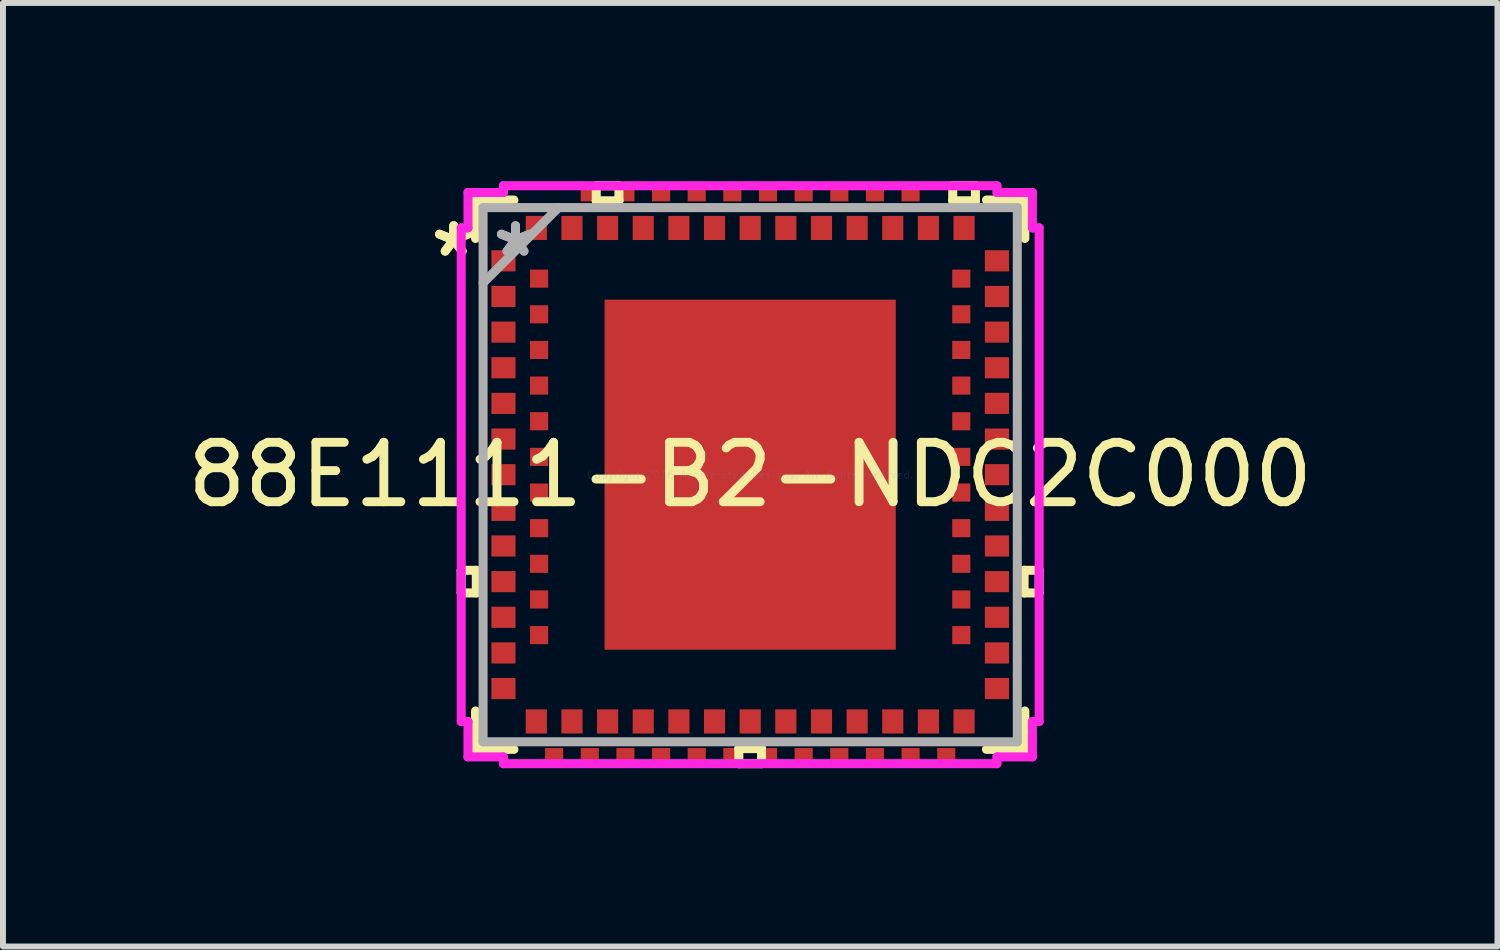
<source format=kicad_pcb>
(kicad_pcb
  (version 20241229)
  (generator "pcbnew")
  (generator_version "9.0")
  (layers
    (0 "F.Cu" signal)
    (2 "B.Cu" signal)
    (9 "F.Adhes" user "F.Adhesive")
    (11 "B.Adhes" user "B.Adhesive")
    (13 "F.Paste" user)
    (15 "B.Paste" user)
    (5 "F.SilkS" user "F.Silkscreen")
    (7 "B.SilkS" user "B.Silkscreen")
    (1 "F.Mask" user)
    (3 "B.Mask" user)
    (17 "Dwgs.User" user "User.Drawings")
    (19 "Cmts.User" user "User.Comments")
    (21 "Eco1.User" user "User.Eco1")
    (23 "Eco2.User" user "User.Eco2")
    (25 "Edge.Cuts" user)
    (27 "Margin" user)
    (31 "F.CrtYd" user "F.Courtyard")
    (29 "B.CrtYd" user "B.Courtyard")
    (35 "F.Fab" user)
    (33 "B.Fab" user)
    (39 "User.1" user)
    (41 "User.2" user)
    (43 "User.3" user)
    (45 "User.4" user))
  (footprint "88E1111-B2-NDC2C000"
    (layer "F.Cu")
    (at 9.577 4.94)
    (property "Reference" "88E1111-B2-NDC2C000" (at 0 0 0) (layer "F.SilkS") (effects (font (size 1 1) (thickness 0.15))))
    (attr through_hole)
    (fp_line (start -4.864 1.609) (end -4.864 1.99) (stroke (width 0.152) (type solid)) (layer "F.SilkS"))
    (fp_line (start -4.864 1.99) (end -4.61 1.99) (stroke (width 0.152) (type solid)) (layer "F.SilkS"))
    (fp_line (start -4.623 -4.623) (end -4.623 -3.977) (stroke (width 0.152) (type solid)) (layer "F.SilkS"))
    (fp_line (start -4.623 3.977) (end -4.623 4.623) (stroke (width 0.152) (type solid)) (layer "F.SilkS"))
    (fp_line (start -4.623 4.623) (end -3.977 4.623) (stroke (width 0.152) (type solid)) (layer "F.SilkS"))
    (fp_line (start -4.61 1.609) (end -4.864 1.609) (stroke (width 0.152) (type solid)) (layer "F.SilkS"))
    (fp_line (start -4.61 1.99) (end -4.61 1.609) (stroke (width 0.152) (type solid)) (layer "F.SilkS"))
    (fp_line (start -3.977 -4.623) (end -4.623 -4.623) (stroke (width 0.152) (type solid)) (layer "F.SilkS"))
    (fp_line (start -2.591 -4.864) (end -2.209 -4.864) (stroke (width 0.152) (type solid)) (layer "F.SilkS"))
    (fp_line (start -2.591 -4.61) (end -2.591 -4.864) (stroke (width 0.152) (type solid)) (layer "F.SilkS"))
    (fp_line (start -2.209 -4.864) (end -2.209 -4.61) (stroke (width 0.152) (type solid)) (layer "F.SilkS"))
    (fp_line (start -2.209 -4.61) (end -2.591 -4.61) (stroke (width 0.152) (type solid)) (layer "F.SilkS"))
    (fp_line (start -0.191 4.61) (end -0.191 4.864) (stroke (width 0.152) (type solid)) (layer "F.SilkS"))
    (fp_line (start -0.191 4.864) (end 0.191 4.864) (stroke (width 0.152) (type solid)) (layer "F.SilkS"))
    (fp_line (start 0.191 4.61) (end -0.191 4.61) (stroke (width 0.152) (type solid)) (layer "F.SilkS"))
    (fp_line (start 0.191 4.864) (end 0.191 4.61) (stroke (width 0.152) (type solid)) (layer "F.SilkS"))
    (fp_line (start 3.409 -4.864) (end 3.791 -4.864) (stroke (width 0.152) (type solid)) (layer "F.SilkS"))
    (fp_line (start 3.409 -4.61) (end 3.409 -4.864) (stroke (width 0.152) (type solid)) (layer "F.SilkS"))
    (fp_line (start 3.791 -4.864) (end 3.791 -4.61) (stroke (width 0.152) (type solid)) (layer "F.SilkS"))
    (fp_line (start 3.791 -4.61) (end 3.409 -4.61) (stroke (width 0.152) (type solid)) (layer "F.SilkS"))
    (fp_line (start 3.977 4.623) (end 4.623 4.623) (stroke (width 0.152) (type solid)) (layer "F.SilkS"))
    (fp_line (start 4.61 1.609) (end 4.864 1.609) (stroke (width 0.152) (type solid)) (layer "F.SilkS"))
    (fp_line (start 4.61 1.99) (end 4.61 1.609) (stroke (width 0.152) (type solid)) (layer "F.SilkS"))
    (fp_line (start 4.623 -4.623) (end 3.977 -4.623) (stroke (width 0.152) (type solid)) (layer "F.SilkS"))
    (fp_line (start 4.623 -3.977) (end 4.623 -4.623) (stroke (width 0.152) (type solid)) (layer "F.SilkS"))
    (fp_line (start 4.623 4.623) (end 4.623 3.977) (stroke (width 0.152) (type solid)) (layer "F.SilkS"))
    (fp_line (start 4.864 1.609) (end 4.864 1.99) (stroke (width 0.152) (type solid)) (layer "F.SilkS"))
    (fp_line (start 4.864 1.99) (end 4.61 1.99) (stroke (width 0.152) (type solid)) (layer "F.SilkS"))
    (fp_line (start -2.351 -2.846) (end -2.351 -1.573) (stroke (width 0.152) (type solid)) (layer "F.Paste"))
    (fp_line (start -2.351 -1.573) (end -0.917 -1.573) (stroke (width 0.152) (type solid)) (layer "F.Paste"))
    (fp_line (start -2.351 -1.373) (end -2.351 -0.1) (stroke (width 0.152) (type solid)) (layer "F.Paste"))
    (fp_line (start -2.351 -0.1) (end -0.917 -0.1) (stroke (width 0.152) (type solid)) (layer "F.Paste"))
    (fp_line (start -2.351 0.1) (end -2.351 1.373) (stroke (width 0.152) (type solid)) (layer "F.Paste"))
    (fp_line (start -2.351 1.373) (end -0.917 1.373) (stroke (width 0.152) (type solid)) (layer "F.Paste"))
    (fp_line (start -2.351 1.573) (end -2.351 2.846) (stroke (width 0.152) (type solid)) (layer "F.Paste"))
    (fp_line (start -2.351 2.846) (end -0.917 2.846) (stroke (width 0.152) (type solid)) (layer "F.Paste"))
    (fp_line (start -0.917 -2.846) (end -2.351 -2.846) (stroke (width 0.152) (type solid)) (layer "F.Paste"))
    (fp_line (start -0.917 -1.573) (end -0.917 -2.846) (stroke (width 0.152) (type solid)) (layer "F.Paste"))
    (fp_line (start -0.917 -1.373) (end -2.351 -1.373) (stroke (width 0.152) (type solid)) (layer "F.Paste"))
    (fp_line (start -0.917 -0.1) (end -0.917 -1.373) (stroke (width 0.152) (type solid)) (layer "F.Paste"))
    (fp_line (start -0.917 0.1) (end -2.351 0.1) (stroke (width 0.152) (type solid)) (layer "F.Paste"))
    (fp_line (start -0.917 1.373) (end -0.917 0.1) (stroke (width 0.152) (type solid)) (layer "F.Paste"))
    (fp_line (start -0.917 1.573) (end -2.351 1.573) (stroke (width 0.152) (type solid)) (layer "F.Paste"))
    (fp_line (start -0.917 2.846) (end -0.917 1.573) (stroke (width 0.152) (type solid)) (layer "F.Paste"))
    (fp_line (start -0.717 -2.846) (end -0.717 -1.573) (stroke (width 0.152) (type solid)) (layer "F.Paste"))
    (fp_line (start -0.717 -1.573) (end 0.717 -1.573) (stroke (width 0.152) (type solid)) (layer "F.Paste"))
    (fp_line (start -0.717 -1.373) (end -0.717 -0.1) (stroke (width 0.152) (type solid)) (layer "F.Paste"))
    (fp_line (start -0.717 -0.1) (end 0.717 -0.1) (stroke (width 0.152) (type solid)) (layer "F.Paste"))
    (fp_line (start -0.717 0.1) (end -0.717 1.373) (stroke (width 0.152) (type solid)) (layer "F.Paste"))
    (fp_line (start -0.717 1.373) (end 0.717 1.373) (stroke (width 0.152) (type solid)) (layer "F.Paste"))
    (fp_line (start -0.717 1.573) (end -0.717 2.846) (stroke (width 0.152) (type solid)) (layer "F.Paste"))
    (fp_line (start -0.717 2.846) (end 0.717 2.846) (stroke (width 0.152) (type solid)) (layer "F.Paste"))
    (fp_line (start 0.717 -2.846) (end -0.717 -2.846) (stroke (width 0.152) (type solid)) (layer "F.Paste"))
    (fp_line (start 0.717 -1.573) (end 0.717 -2.846) (stroke (width 0.152) (type solid)) (layer "F.Paste"))
    (fp_line (start 0.717 -1.373) (end -0.717 -1.373) (stroke (width 0.152) (type solid)) (layer "F.Paste"))
    (fp_line (start 0.717 -0.1) (end 0.717 -1.373) (stroke (width 0.152) (type solid)) (layer "F.Paste"))
    (fp_line (start 0.717 0.1) (end -0.717 0.1) (stroke (width 0.152) (type solid)) (layer "F.Paste"))
    (fp_line (start 0.717 1.373) (end 0.717 0.1) (stroke (width 0.152) (type solid)) (layer "F.Paste"))
    (fp_line (start 0.717 1.573) (end -0.717 1.573) (stroke (width 0.152) (type solid)) (layer "F.Paste"))
    (fp_line (start 0.717 2.846) (end 0.717 1.573) (stroke (width 0.152) (type solid)) (layer "F.Paste"))
    (fp_line (start 0.917 -2.846) (end 0.917 -1.573) (stroke (width 0.152) (type solid)) (layer "F.Paste"))
    (fp_line (start 0.917 -1.573) (end 2.351 -1.573) (stroke (width 0.152) (type solid)) (layer "F.Paste"))
    (fp_line (start 0.917 -1.373) (end 0.917 -0.1) (stroke (width 0.152) (type solid)) (layer "F.Paste"))
    (fp_line (start 0.917 -0.1) (end 2.351 -0.1) (stroke (width 0.152) (type solid)) (layer "F.Paste"))
    (fp_line (start 0.917 0.1) (end 0.917 1.373) (stroke (width 0.152) (type solid)) (layer "F.Paste"))
    (fp_line (start 0.917 1.373) (end 2.351 1.373) (stroke (width 0.152) (type solid)) (layer "F.Paste"))
    (fp_line (start 0.917 1.573) (end 0.917 2.846) (stroke (width 0.152) (type solid)) (layer "F.Paste"))
    (fp_line (start 0.917 2.846) (end 2.351 2.846) (stroke (width 0.152) (type solid)) (layer "F.Paste"))
    (fp_line (start 2.351 -2.846) (end 0.917 -2.846) (stroke (width 0.152) (type solid)) (layer "F.Paste"))
    (fp_line (start 2.351 -1.573) (end 2.351 -2.846) (stroke (width 0.152) (type solid)) (layer "F.Paste"))
    (fp_line (start 2.351 -1.373) (end 0.917 -1.373) (stroke (width 0.152) (type solid)) (layer "F.Paste"))
    (fp_line (start 2.351 -0.1) (end 2.351 -1.373) (stroke (width 0.152) (type solid)) (layer "F.Paste"))
    (fp_line (start 2.351 0.1) (end 0.917 0.1) (stroke (width 0.152) (type solid)) (layer "F.Paste"))
    (fp_line (start 2.351 1.373) (end 2.351 0.1) (stroke (width 0.152) (type solid)) (layer "F.Paste"))
    (fp_line (start 2.351 1.573) (end 0.917 1.573) (stroke (width 0.152) (type solid)) (layer "F.Paste"))
    (fp_line (start 2.351 2.846) (end 2.351 1.573) (stroke (width 0.152) (type solid)) (layer "F.Paste"))
    (fp_line (start -4.864 -4.154) (end -4.75 -4.154) (stroke (width 0.152) (type solid)) (layer "F.CrtYd"))
    (fp_line (start -4.864 4.154) (end -4.864 -4.154) (stroke (width 0.152) (type solid)) (layer "F.CrtYd"))
    (fp_line (start -4.75 -4.75) (end -4.154 -4.75) (stroke (width 0.152) (type solid)) (layer "F.CrtYd"))
    (fp_line (start -4.75 -4.154) (end -4.75 -4.75) (stroke (width 0.152) (type solid)) (layer "F.CrtYd"))
    (fp_line (start -4.75 4.154) (end -4.864 4.154) (stroke (width 0.152) (type solid)) (layer "F.CrtYd"))
    (fp_line (start -4.75 4.75) (end -4.75 4.154) (stroke (width 0.152) (type solid)) (layer "F.CrtYd"))
    (fp_line (start -4.154 -4.864) (end 4.154 -4.864) (stroke (width 0.152) (type solid)) (layer "F.CrtYd"))
    (fp_line (start -4.154 -4.75) (end -4.154 -4.864) (stroke (width 0.152) (type solid)) (layer "F.CrtYd"))
    (fp_line (start -4.154 4.75) (end -4.75 4.75) (stroke (width 0.152) (type solid)) (layer "F.CrtYd"))
    (fp_line (start -4.154 4.864) (end -4.154 4.75) (stroke (width 0.152) (type solid)) (layer "F.CrtYd"))
    (fp_line (start 4.154 -4.864) (end 4.154 -4.75) (stroke (width 0.152) (type solid)) (layer "F.CrtYd"))
    (fp_line (start 4.154 -4.75) (end 4.75 -4.75) (stroke (width 0.152) (type solid)) (layer "F.CrtYd"))
    (fp_line (start 4.154 4.75) (end 4.154 4.864) (stroke (width 0.152) (type solid)) (layer "F.CrtYd"))
    (fp_line (start 4.154 4.864) (end -4.154 4.864) (stroke (width 0.152) (type solid)) (layer "F.CrtYd"))
    (fp_line (start 4.75 -4.75) (end 4.75 -4.154) (stroke (width 0.152) (type solid)) (layer "F.CrtYd"))
    (fp_line (start 4.75 -4.154) (end 4.864 -4.154) (stroke (width 0.152) (type solid)) (layer "F.CrtYd"))
    (fp_line (start 4.75 4.154) (end 4.75 4.75) (stroke (width 0.152) (type solid)) (layer "F.CrtYd"))
    (fp_line (start 4.75 4.75) (end 4.154 4.75) (stroke (width 0.152) (type solid)) (layer "F.CrtYd"))
    (fp_line (start 4.864 -4.154) (end 4.864 4.154) (stroke (width 0.152) (type solid)) (layer "F.CrtYd"))
    (fp_line (start 4.864 4.154) (end 4.75 4.154) (stroke (width 0.152) (type solid)) (layer "F.CrtYd"))
    (fp_line (start -4.496 -4.496) (end -4.496 4.496) (stroke (width 0.152) (type solid)) (layer "F.Fab"))
    (fp_line (start -4.496 -3.226) (end -3.226 -4.496) (stroke (width 0.152) (type solid)) (layer "F.Fab"))
    (fp_line (start -4.496 4.496) (end 4.496 4.496) (stroke (width 0.152) (type solid)) (layer "F.Fab"))
    (fp_line (start 4.496 -4.496) (end -4.496 -4.496) (stroke (width 0.152) (type solid)) (layer "F.Fab"))
    (fp_line (start 4.496 4.496) (end 4.496 -4.496) (stroke (width 0.152) (type solid)) (layer "F.Fab"))
    (fp_text user "*" (at -4.991 -3.646 0) (layer "F.SilkS") (effects (font (size 1 1) (thickness 0.15))))
    (fp_text user "*" (at -4.991 -3.646 0) (layer "F.SilkS") (effects (font (size 1 1) (thickness 0.15))))
    (fp_text user "Copyright 2016 Accelerated Designs. All rights reserved." (at 0 0 0) (layer "Cmts.User") (effects (font (size 0.127 0.127) (thickness 0.002))))
    (fp_text user "*" (at -3.95 -3.646 0) (layer "F.Fab") (effects (font (size 1 1) (thickness 0.15))))
    (fp_text user "*" (at -3.95 -3.646 0) (layer "F.Fab") (effects (font (size 1 1) (thickness 0.15))))
    (pad "A1" smd rect (at -4.153 -3.6 90) (size 0.356 0.406) (layers "F.Cu" "F.Mask" "F.Paste"))
    (pad "A2" smd rect (at -4.153 -3 90) (size 0.356 0.406) (layers "F.Cu" "F.Mask" "F.Paste"))
    (pad "A3" smd rect (at -4.153 -2.4 90) (size 0.356 0.406) (layers "F.Cu" "F.Mask" "F.Paste"))
    (pad "A4" smd rect (at -4.153 -1.8 90) (size 0.356 0.406) (layers "F.Cu" "F.Mask" "F.Paste"))
    (pad "A5" smd rect (at -4.153 -1.2 90) (size 0.356 0.406) (layers "F.Cu" "F.Mask" "F.Paste"))
    (pad "A6" smd rect (at -4.153 -0.6 90) (size 0.356 0.406) (layers "F.Cu" "F.Mask" "F.Paste"))
    (pad "A7" smd rect (at -4.153 0 90) (size 0.356 0.406) (layers "F.Cu" "F.Mask" "F.Paste"))
    (pad "A8" smd rect (at -4.153 0.6 90) (size 0.356 0.406) (layers "F.Cu" "F.Mask" "F.Paste"))
    (pad "A9" smd rect (at -4.153 1.2 90) (size 0.356 0.406) (layers "F.Cu" "F.Mask" "F.Paste"))
    (pad "A10" smd rect (at -4.153 1.8 90) (size 0.356 0.406) (layers "F.Cu" "F.Mask" "F.Paste"))
    (pad "A11" smd rect (at -4.153 2.4 90) (size 0.356 0.406) (layers "F.Cu" "F.Mask" "F.Paste"))
    (pad "A12" smd rect (at -4.153 3 90) (size 0.356 0.406) (layers "F.Cu" "F.Mask" "F.Paste"))
    (pad "A13" smd rect (at -4.153 3.6 90) (size 0.356 0.406) (layers "F.Cu" "F.Mask" "F.Paste"))
    (pad "A14" smd rect (at -3.6 4.153) (size 0.356 0.406) (layers "F.Cu" "F.Mask" "F.Paste"))
    (pad "A15" smd rect (at -3 4.153) (size 0.356 0.406) (layers "F.Cu" "F.Mask" "F.Paste"))
    (pad "A16" smd rect (at -2.4 4.153) (size 0.356 0.406) (layers "F.Cu" "F.Mask" "F.Paste"))
    (pad "A17" smd rect (at -1.8 4.153) (size 0.356 0.406) (layers "F.Cu" "F.Mask" "F.Paste"))
    (pad "A18" smd rect (at -1.2 4.153) (size 0.356 0.406) (layers "F.Cu" "F.Mask" "F.Paste"))
    (pad "A19" smd rect (at -0.6 4.153) (size 0.356 0.406) (layers "F.Cu" "F.Mask" "F.Paste"))
    (pad "A20" smd rect (at 0 4.153) (size 0.356 0.406) (layers "F.Cu" "F.Mask" "F.Paste"))
    (pad "A21" smd rect (at 0.6 4.153) (size 0.356 0.406) (layers "F.Cu" "F.Mask" "F.Paste"))
    (pad "A22" smd rect (at 1.2 4.153) (size 0.356 0.406) (layers "F.Cu" "F.Mask" "F.Paste"))
    (pad "A23" smd rect (at 1.8 4.153) (size 0.356 0.406) (layers "F.Cu" "F.Mask" "F.Paste"))
    (pad "A24" smd rect (at 2.4 4.153) (size 0.356 0.406) (layers "F.Cu" "F.Mask" "F.Paste"))
    (pad "A25" smd rect (at 3 4.153) (size 0.356 0.406) (layers "F.Cu" "F.Mask" "F.Paste"))
    (pad "A26" smd rect (at 3.6 4.153) (size 0.356 0.406) (layers "F.Cu" "F.Mask" "F.Paste"))
    (pad "A27" smd rect (at 4.153 3.6 90) (size 0.356 0.406) (layers "F.Cu" "F.Mask" "F.Paste"))
    (pad "A28" smd rect (at 4.153 3 90) (size 0.356 0.406) (layers "F.Cu" "F.Mask" "F.Paste"))
    (pad "A29" smd rect (at 4.153 2.4 90) (size 0.356 0.406) (layers "F.Cu" "F.Mask" "F.Paste"))
    (pad "A30" smd rect (at 4.153 1.8 90) (size 0.356 0.406) (layers "F.Cu" "F.Mask" "F.Paste"))
    (pad "A31" smd rect (at 4.153 1.2 90) (size 0.356 0.406) (layers "F.Cu" "F.Mask" "F.Paste"))
    (pad "A32" smd rect (at 4.153 0.6 90) (size 0.356 0.406) (layers "F.Cu" "F.Mask" "F.Paste"))
    (pad "A33" smd rect (at 4.153 0 90) (size 0.356 0.406) (layers "F.Cu" "F.Mask" "F.Paste"))
    (pad "A34" smd rect (at 4.153 -0.6 90) (size 0.356 0.406) (layers "F.Cu" "F.Mask" "F.Paste"))
    (pad "A35" smd rect (at 4.153 -1.2 90) (size 0.356 0.406) (layers "F.Cu" "F.Mask" "F.Paste"))
    (pad "A36" smd rect (at 4.153 -1.8 90) (size 0.356 0.406) (layers "F.Cu" "F.Mask" "F.Paste"))
    (pad "A37" smd rect (at 4.153 -2.4 90) (size 0.356 0.406) (layers "F.Cu" "F.Mask" "F.Paste"))
    (pad "A38" smd rect (at 4.153 -3 90) (size 0.356 0.406) (layers "F.Cu" "F.Mask" "F.Paste"))
    (pad "A39" smd rect (at 4.153 -3.6 90) (size 0.356 0.406) (layers "F.Cu" "F.Mask" "F.Paste"))
    (pad "A40" smd rect (at 3.6 -4.153) (size 0.356 0.406) (layers "F.Cu" "F.Mask" "F.Paste"))
    (pad "A41" smd rect (at 3 -4.153) (size 0.356 0.406) (layers "F.Cu" "F.Mask" "F.Paste"))
    (pad "A42" smd rect (at 2.4 -4.153) (size 0.356 0.406) (layers "F.Cu" "F.Mask" "F.Paste"))
    (pad "A43" smd rect (at 1.8 -4.153) (size 0.356 0.406) (layers "F.Cu" "F.Mask" "F.Paste"))
    (pad "A44" smd rect (at 1.2 -4.153) (size 0.356 0.406) (layers "F.Cu" "F.Mask" "F.Paste"))
    (pad "A45" smd rect (at 0.6 -4.153) (size 0.356 0.406) (layers "F.Cu" "F.Mask" "F.Paste"))
    (pad "A46" smd rect (at 0 -4.153) (size 0.356 0.406) (layers "F.Cu" "F.Mask" "F.Paste"))
    (pad "A47" smd rect (at -0.6 -4.153) (size 0.356 0.406) (layers "F.Cu" "F.Mask" "F.Paste"))
    (pad "A48" smd rect (at -1.2 -4.153) (size 0.356 0.406) (layers "F.Cu" "F.Mask" "F.Paste"))
    (pad "A49" smd rect (at -1.8 -4.153) (size 0.356 0.406) (layers "F.Cu" "F.Mask" "F.Paste"))
    (pad "A50" smd rect (at -2.4 -4.153) (size 0.356 0.406) (layers "F.Cu" "F.Mask" "F.Paste"))
    (pad "A51" smd rect (at -3 -4.153) (size 0.356 0.406) (layers "F.Cu" "F.Mask" "F.Paste"))
    (pad "A52" smd rect (at -3.6 -4.153) (size 0.356 0.406) (layers "F.Cu" "F.Mask" "F.Paste"))
    (pad "B1" smd rect (at -3.553 -3.3 90) (size 0.305 0.305) (layers "F.Cu" "F.Mask" "F.Paste"))
    (pad "B2" smd rect (at -3.553 -2.7 90) (size 0.305 0.305) (layers "F.Cu" "F.Mask" "F.Paste"))
    (pad "B3" smd rect (at -3.553 -2.1 90) (size 0.305 0.305) (layers "F.Cu" "F.Mask" "F.Paste"))
    (pad "B4" smd rect (at -3.553 -1.5 90) (size 0.305 0.305) (layers "F.Cu" "F.Mask" "F.Paste"))
    (pad "B5" smd rect (at -3.553 -0.9 90) (size 0.305 0.305) (layers "F.Cu" "F.Mask" "F.Paste"))
    (pad "B6" smd rect (at -3.553 -0.3 90) (size 0.305 0.305) (layers "F.Cu" "F.Mask" "F.Paste"))
    (pad "B7" smd rect (at -3.553 0.3 90) (size 0.305 0.305) (layers "F.Cu" "F.Mask" "F.Paste"))
    (pad "B8" smd rect (at -3.553 0.9 90) (size 0.305 0.305) (layers "F.Cu" "F.Mask" "F.Paste"))
    (pad "B9" smd rect (at -3.553 1.5 90) (size 0.305 0.305) (layers "F.Cu" "F.Mask" "F.Paste"))
    (pad "B10" smd rect (at -3.553 2.1 90) (size 0.305 0.305) (layers "F.Cu" "F.Mask" "F.Paste"))
    (pad "B11" smd rect (at -3.553 2.7 90) (size 0.305 0.305) (layers "F.Cu" "F.Mask" "F.Paste"))
    (pad "B12" smd rect (at -3.3 4.753) (size 0.305 0.305) (layers "F.Cu" "F.Mask" "F.Paste"))
    (pad "B13" smd rect (at -2.7 4.753) (size 0.305 0.305) (layers "F.Cu" "F.Mask" "F.Paste"))
    (pad "B14" smd rect (at -2.1 4.753) (size 0.305 0.305) (layers "F.Cu" "F.Mask" "F.Paste"))
    (pad "B15" smd rect (at -1.5 4.753) (size 0.305 0.305) (layers "F.Cu" "F.Mask" "F.Paste"))
    (pad "B16" smd rect (at -0.9 4.753) (size 0.305 0.305) (layers "F.Cu" "F.Mask" "F.Paste"))
    (pad "B17" smd rect (at -0.3 4.753) (size 0.305 0.305) (layers "F.Cu" "F.Mask" "F.Paste"))
    (pad "B18" smd rect (at 0.3 4.753) (size 0.305 0.305) (layers "F.Cu" "F.Mask" "F.Paste"))
    (pad "B19" smd rect (at 0.9 4.753) (size 0.305 0.305) (layers "F.Cu" "F.Mask" "F.Paste"))
    (pad "B20" smd rect (at 1.5 4.753) (size 0.305 0.305) (layers "F.Cu" "F.Mask" "F.Paste"))
    (pad "B21" smd rect (at 2.1 4.753) (size 0.305 0.305) (layers "F.Cu" "F.Mask" "F.Paste"))
    (pad "B22" smd rect (at 2.7 4.753) (size 0.305 0.305) (layers "F.Cu" "F.Mask" "F.Paste"))
    (pad "B23" smd rect (at 3.3 4.753) (size 0.305 0.305) (layers "F.Cu" "F.Mask" "F.Paste"))
    (pad "B24" smd rect (at 3.553 2.7 90) (size 0.305 0.305) (layers "F.Cu" "F.Mask" "F.Paste"))
    (pad "B25" smd rect (at 3.553 2.1 90) (size 0.305 0.305) (layers "F.Cu" "F.Mask" "F.Paste"))
    (pad "B26" smd rect (at 3.553 1.5 90) (size 0.305 0.305) (layers "F.Cu" "F.Mask" "F.Paste"))
    (pad "B27" smd rect (at 3.553 0.9 90) (size 0.305 0.305) (layers "F.Cu" "F.Mask" "F.Paste"))
    (pad "B28" smd rect (at 3.553 0.3 90) (size 0.305 0.305) (layers "F.Cu" "F.Mask" "F.Paste"))
    (pad "B29" smd rect (at 3.553 -0.3 90) (size 0.305 0.305) (layers "F.Cu" "F.Mask" "F.Paste"))
    (pad "B30" smd rect (at 3.553 -0.9 90) (size 0.305 0.305) (layers "F.Cu" "F.Mask" "F.Paste"))
    (pad "B31" smd rect (at 3.553 -1.5 90) (size 0.305 0.305) (layers "F.Cu" "F.Mask" "F.Paste"))
    (pad "B32" smd rect (at 3.553 -2.1 90) (size 0.305 0.305) (layers "F.Cu" "F.Mask" "F.Paste"))
    (pad "B33" smd rect (at 3.553 -2.7 90) (size 0.305 0.305) (layers "F.Cu" "F.Mask" "F.Paste"))
    (pad "B34" smd rect (at 3.553 -3.3 90) (size 0.305 0.305) (layers "F.Cu" "F.Mask" "F.Paste"))
    (pad "B35" smd rect (at 2.7 -4.753) (size 0.305 0.305) (layers "F.Cu" "F.Mask" "F.Paste"))
    (pad "B36" smd rect (at 2.1 -4.753) (size 0.305 0.305) (layers "F.Cu" "F.Mask" "F.Paste"))
    (pad "B37" smd rect (at 1.5 -4.753) (size 0.305 0.305) (layers "F.Cu" "F.Mask" "F.Paste"))
    (pad "B38" smd rect (at 0.9 -4.753) (size 0.305 0.305) (layers "F.Cu" "F.Mask" "F.Paste"))
    (pad "B39" smd rect (at 0.3 -4.753) (size 0.305 0.305) (layers "F.Cu" "F.Mask" "F.Paste"))
    (pad "B40" smd rect (at -0.3 -4.753) (size 0.305 0.305) (layers "F.Cu" "F.Mask" "F.Paste"))
    (pad "B41" smd rect (at -0.9 -4.753) (size 0.305 0.305) (layers "F.Cu" "F.Mask" "F.Paste"))
    (pad "B42" smd rect (at -1.5 -4.753) (size 0.305 0.305) (layers "F.Cu" "F.Mask" "F.Paste"))
    (pad "B43" smd rect (at -2.1 -4.753) (size 0.305 0.305) (layers "F.Cu" "F.Mask" "F.Paste"))
    (pad "B44" smd rect (at -2.7 -4.753) (size 0.305 0.305) (layers "F.Cu" "F.Mask" "F.Paste"))
    (pad "EPAD" smd rect (at 0 0) (size 4.902 5.893) (layers "F.Cu" "F.Mask" "F.Paste")))
  (gr_rect
    (start -3 -3)
    (end 22.155 12.881)
    (stroke (width 0.1) (type default))
    (fill no)
    (layer "Edge.Cuts")))
</source>
